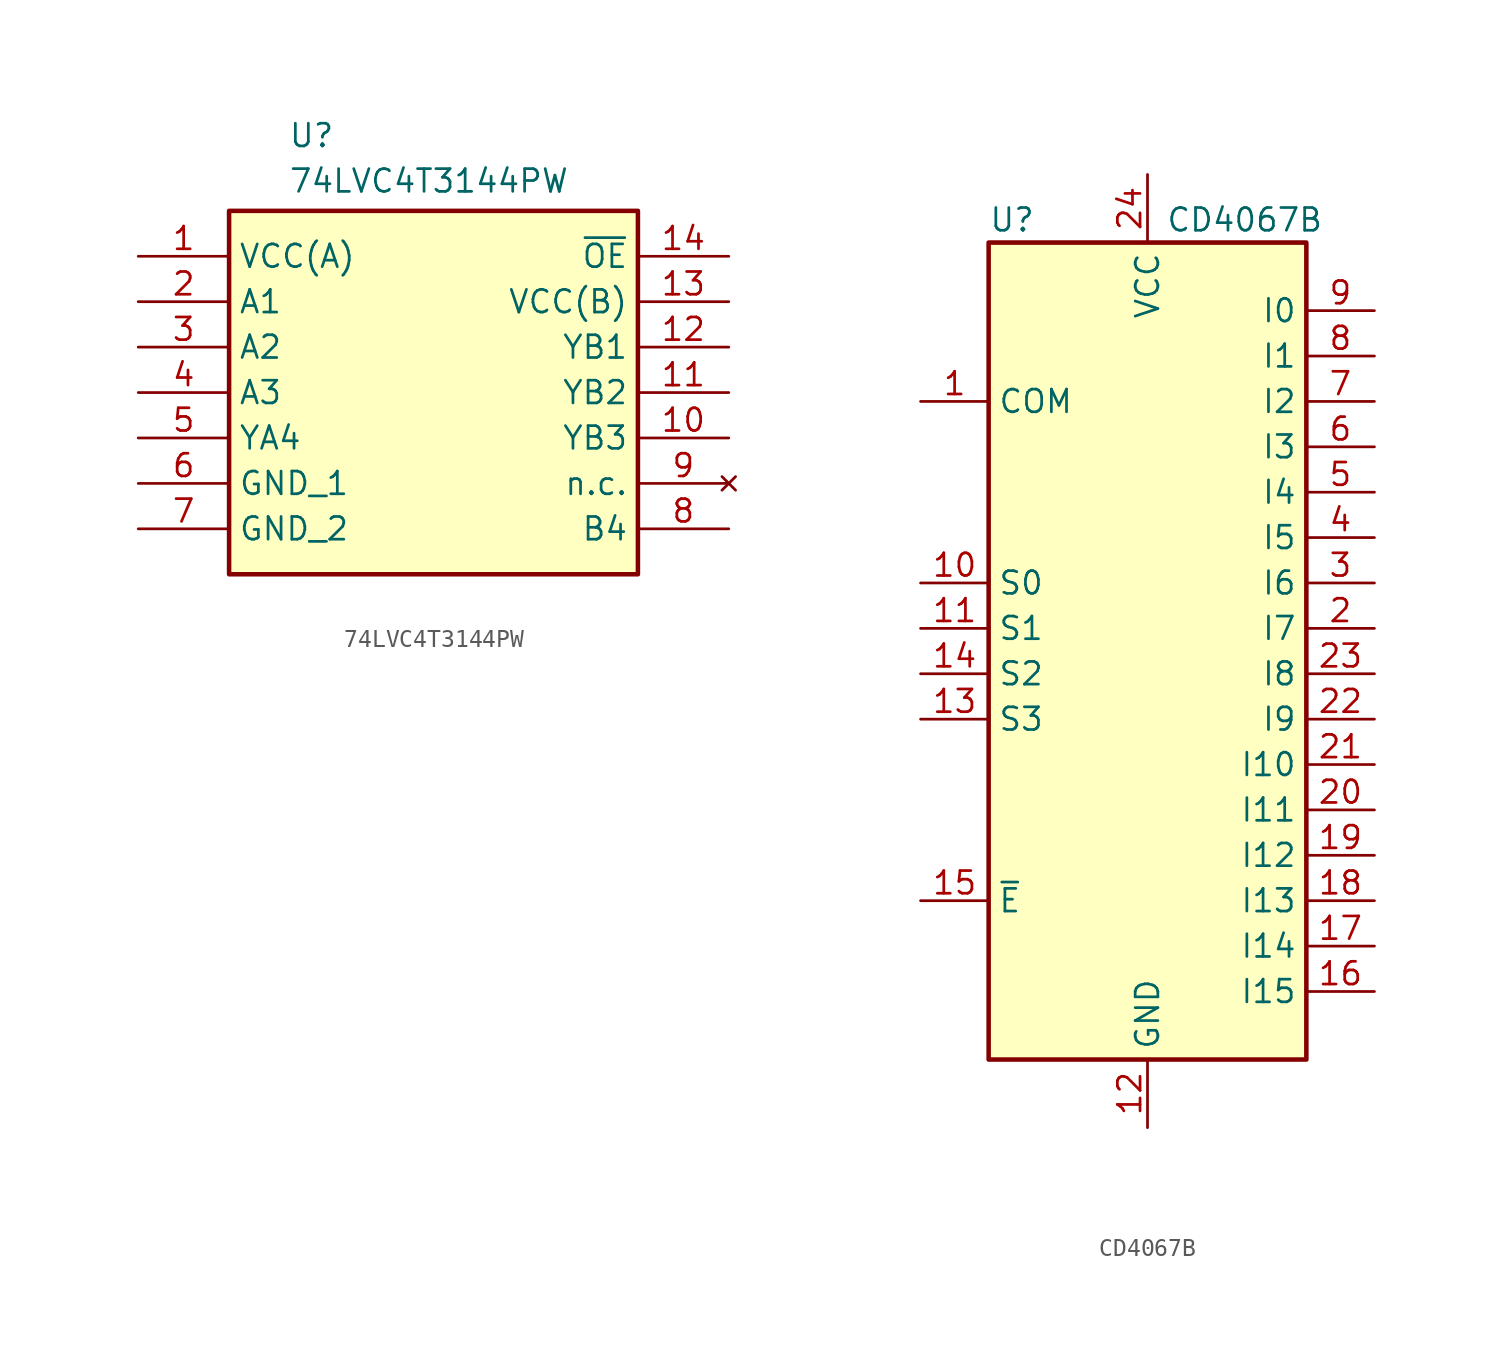
<source format=kicad_sym>
(kicad_symbol_lib
  (version 20231120)
  (generator "kicad_symbol_editor")
  (generator_version "8.0")
  (symbol "74LVC4T3144PW"
    (property "Reference" "U"
      (at -8.128 15.113 0)
      (effects (font (size 1.27 1.27)) (justify left top)))
    (property "Value" "74LVC4T3144PW"
      (at -8.128 12.573 0)
      (effects (font (size 1.27 1.27)) (justify left top)))
    (symbol "74LVC4T3144PW_1_1"
      (rectangle (start -11.43 10.16) (end 11.43 -10.16) (stroke (width 0.254) (type default)) (fill (type background)))
      (pin power_in line (at -16.51 7.62 0) (length 5.08) (name "VCC(A)" (effects (font (size 1.27 1.27)))) (number "1" (effects (font (size 1.27 1.27)))))
      (pin output line (at 16.51 -2.54 180) (length 5.08) (name "YB3" (effects (font (size 1.27 1.27)))) (number "10" (effects (font (size 1.27 1.27)))))
      (pin output line (at 16.51 0 180) (length 5.08) (name "YB2" (effects (font (size 1.27 1.27)))) (number "11" (effects (font (size 1.27 1.27)))))
      (pin output line (at 16.51 2.54 180) (length 5.08) (name "YB1" (effects (font (size 1.27 1.27)))) (number "12" (effects (font (size 1.27 1.27)))))
      (pin power_in line (at 16.51 5.08 180) (length 5.08) (name "VCC(B)" (effects (font (size 1.27 1.27)))) (number "13" (effects (font (size 1.27 1.27)))))
      (pin input line (at 16.51 7.62 180) (length 5.08) (name "~{OE}" (effects (font (size 1.27 1.27)))) (number "14" (effects (font (size 1.27 1.27)))))
      (pin input line (at -16.51 5.08 0) (length 5.08) (name "A1" (effects (font (size 1.27 1.27)))) (number "2" (effects (font (size 1.27 1.27)))))
      (pin input line (at -16.51 2.54 0) (length 5.08) (name "A2" (effects (font (size 1.27 1.27)))) (number "3" (effects (font (size 1.27 1.27)))))
      (pin input line (at -16.51 0 0) (length 5.08) (name "A3" (effects (font (size 1.27 1.27)))) (number "4" (effects (font (size 1.27 1.27)))))
      (pin output line (at -16.51 -2.54 0) (length 5.08) (name "YA4" (effects (font (size 1.27 1.27)))) (number "5" (effects (font (size 1.27 1.27)))))
      (pin power_in line (at -16.51 -5.08 0) (length 5.08) (name "GND_1" (effects (font (size 1.27 1.27)))) (number "6" (effects (font (size 1.27 1.27)))))
      (pin power_in line (at -16.51 -7.62 0) (length 5.08) (name "GND_2" (effects (font (size 1.27 1.27)))) (number "7" (effects (font (size 1.27 1.27)))))
      (pin input line (at 16.51 -7.62 180) (length 5.08) (name "B4" (effects (font (size 1.27 1.27)))) (number "8" (effects (font (size 1.27 1.27)))))
      (pin no_connect line (at 16.51 -5.08 180) (length 5.08) (name "n.c." (effects (font (size 1.27 1.27)))) (number "9" (effects (font (size 1.27 1.27)))))))
  (symbol "CD4067B"
    (property "Reference" "U"
      (at -8.89 22.86 0)
      (effects (font (size 1.27 1.27)) (justify left)))
    (property "Value" "CD4067B"
      (at 1.016 22.86 0)
      (effects (font (size 1.27 1.27)) (justify left)))
    (symbol "CD4067B_0_1"
      (rectangle (start -8.89 21.59) (end 8.89 -24.13) (stroke (width 0.254) (type default)) (fill (type background))))
    (symbol "CD4067B_1_1"
      (pin passive line (at -12.7 12.7 0) (length 3.81) (name "COM" (effects (font (size 1.27 1.27)))) (number "1" (effects (font (size 1.27 1.27)))))
      (pin input line (at -12.7 2.54 0) (length 3.81) (name "S0" (effects (font (size 1.27 1.27)))) (number "10" (effects (font (size 1.27 1.27)))))
      (pin input line (at -12.7 0 0) (length 3.81) (name "S1" (effects (font (size 1.27 1.27)))) (number "11" (effects (font (size 1.27 1.27)))))
      (pin power_in line (at 0 -27.94 90) (length 3.81) (name "GND" (effects (font (size 1.27 1.27)))) (number "12" (effects (font (size 1.27 1.27)))))
      (pin input line (at -12.7 -5.08 0) (length 3.81) (name "S3" (effects (font (size 1.27 1.27)))) (number "13" (effects (font (size 1.27 1.27)))))
      (pin input line (at -12.7 -2.54 0) (length 3.81) (name "S2" (effects (font (size 1.27 1.27)))) (number "14" (effects (font (size 1.27 1.27)))))
      (pin input line (at -12.7 -15.24 0) (length 3.81) (name "~{E}" (effects (font (size 1.27 1.27)))) (number "15" (effects (font (size 1.27 1.27)))))
      (pin passive line (at 12.7 -20.32 180) (length 3.81) (name "I15" (effects (font (size 1.27 1.27)))) (number "16" (effects (font (size 1.27 1.27)))))
      (pin passive line (at 12.7 -17.78 180) (length 3.81) (name "I14" (effects (font (size 1.27 1.27)))) (number "17" (effects (font (size 1.27 1.27)))))
      (pin passive line (at 12.7 -15.24 180) (length 3.81) (name "I13" (effects (font (size 1.27 1.27)))) (number "18" (effects (font (size 1.27 1.27)))))
      (pin passive line (at 12.7 -12.7 180) (length 3.81) (name "I12" (effects (font (size 1.27 1.27)))) (number "19" (effects (font (size 1.27 1.27)))))
      (pin passive line (at 12.7 0 180) (length 3.81) (name "I7" (effects (font (size 1.27 1.27)))) (number "2" (effects (font (size 1.27 1.27)))))
      (pin passive line (at 12.7 -10.16 180) (length 3.81) (name "I11" (effects (font (size 1.27 1.27)))) (number "20" (effects (font (size 1.27 1.27)))))
      (pin passive line (at 12.7 -7.62 180) (length 3.81) (name "I10" (effects (font (size 1.27 1.27)))) (number "21" (effects (font (size 1.27 1.27)))))
      (pin passive line (at 12.7 -5.08 180) (length 3.81) (name "I9" (effects (font (size 1.27 1.27)))) (number "22" (effects (font (size 1.27 1.27)))))
      (pin passive line (at 12.7 -2.54 180) (length 3.81) (name "I8" (effects (font (size 1.27 1.27)))) (number "23" (effects (font (size 1.27 1.27)))))
      (pin power_in line (at 0 25.4 270) (length 3.81) (name "VCC" (effects (font (size 1.27 1.27)))) (number "24" (effects (font (size 1.27 1.27)))))
      (pin passive line (at 12.7 2.54 180) (length 3.81) (name "I6" (effects (font (size 1.27 1.27)))) (number "3" (effects (font (size 1.27 1.27)))))
      (pin passive line (at 12.7 5.08 180) (length 3.81) (name "I5" (effects (font (size 1.27 1.27)))) (number "4" (effects (font (size 1.27 1.27)))))
      (pin passive line (at 12.7 7.62 180) (length 3.81) (name "I4" (effects (font (size 1.27 1.27)))) (number "5" (effects (font (size 1.27 1.27)))))
      (pin passive line (at 12.7 10.16 180) (length 3.81) (name "I3" (effects (font (size 1.27 1.27)))) (number "6" (effects (font (size 1.27 1.27)))))
      (pin passive line (at 12.7 12.7 180) (length 3.81) (name "I2" (effects (font (size 1.27 1.27)))) (number "7" (effects (font (size 1.27 1.27)))))
      (pin passive line (at 12.7 15.24 180) (length 3.81) (name "I1" (effects (font (size 1.27 1.27)))) (number "8" (effects (font (size 1.27 1.27)))))
      (pin passive line (at 12.7 17.78 180) (length 3.81) (name "I0" (effects (font (size 1.27 1.27)))) (number "9" (effects (font (size 1.27 1.27))))))))
</source>
